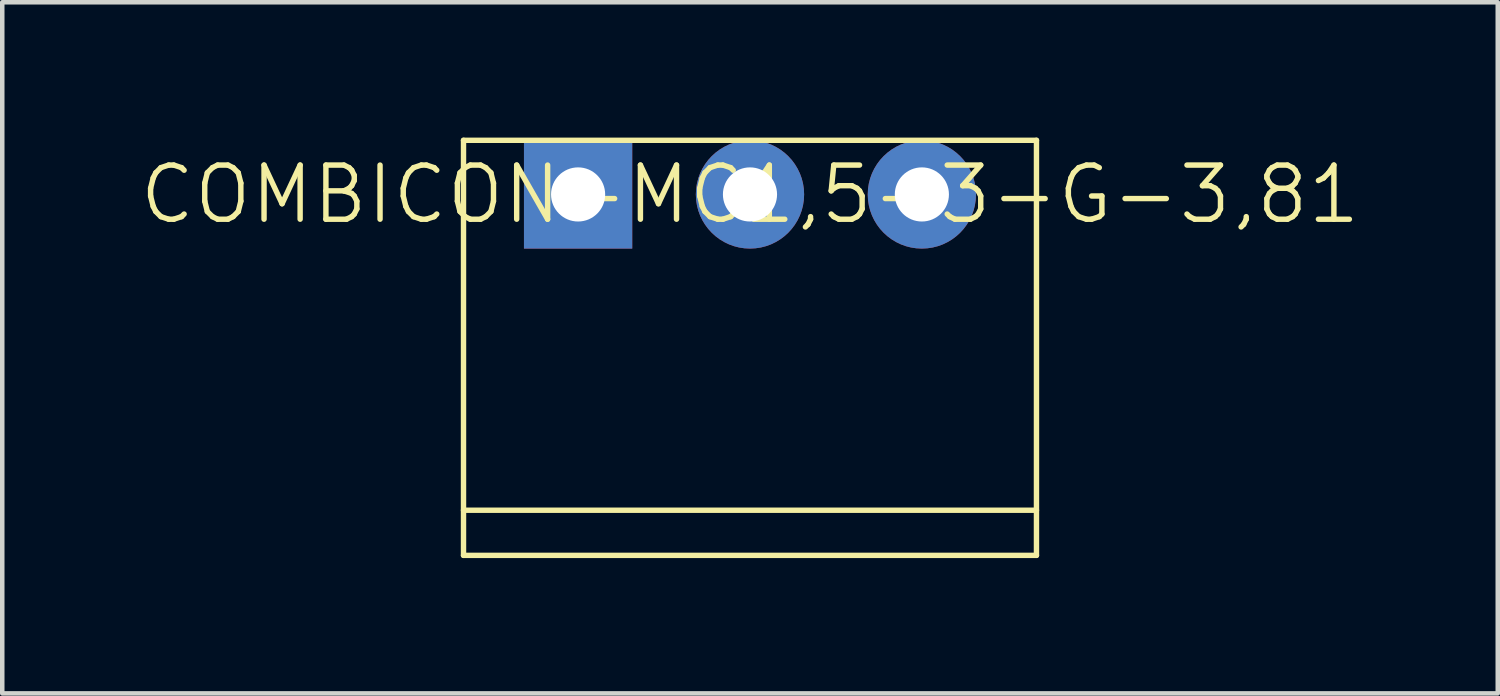
<source format=kicad_pcb>
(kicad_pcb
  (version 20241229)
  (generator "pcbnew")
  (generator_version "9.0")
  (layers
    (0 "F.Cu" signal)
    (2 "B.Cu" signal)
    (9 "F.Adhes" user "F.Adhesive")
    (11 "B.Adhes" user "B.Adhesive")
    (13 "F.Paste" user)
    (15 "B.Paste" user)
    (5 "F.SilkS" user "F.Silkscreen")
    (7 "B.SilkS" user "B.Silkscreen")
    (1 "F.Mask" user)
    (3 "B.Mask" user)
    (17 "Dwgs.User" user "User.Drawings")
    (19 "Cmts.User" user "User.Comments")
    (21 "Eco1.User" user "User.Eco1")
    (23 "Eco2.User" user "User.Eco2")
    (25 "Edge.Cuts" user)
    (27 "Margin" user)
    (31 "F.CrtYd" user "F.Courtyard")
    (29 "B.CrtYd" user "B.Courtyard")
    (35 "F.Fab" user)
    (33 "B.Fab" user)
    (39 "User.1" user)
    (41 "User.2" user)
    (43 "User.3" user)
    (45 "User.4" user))
  (footprint "COMBICON-MC1,5-3-G-3,81"
    (layer "F.Cu")
    (at 13.574 1.26)
    (property "Reference" "COMBICON-MC1,5-3-G-3,81" (at 0 0 0) (layer "F.SilkS") (effects (font (size 1.2 1.2) (thickness 0.12))))
    (attr through_hole)
    (fp_line (start -6.35 -1.2) (end -6.35 8) (stroke (width 0.12) (type solid)) (layer "F.SilkS"))
    (fp_line (start -6.35 7) (end 6.35 7) (stroke (width 0.12) (type solid)) (layer "F.SilkS"))
    (fp_line (start -6.35 8) (end 6.35 8) (stroke (width 0.12) (type solid)) (layer "F.SilkS"))
    (fp_line (start 6.35 -1.2) (end -6.35 -1.2) (stroke (width 0.12) (type solid)) (layer "F.SilkS"))
    (fp_line (start 6.35 8) (end 6.35 -1.2) (stroke (width 0.12) (type solid)) (layer "F.SilkS"))
    (pad "1" thru_hole rect (at -3.81 0) (size 2.4 2.4) (drill 1.2) (layers "*.Cu" "*.Mask"))
    (pad "2" thru_hole circle (at 0 0) (size 2.4 2.4) (drill 1.2) (layers "*.Cu" "*.Mask"))
    (pad "3" thru_hole circle (at 3.81 0) (size 2.4 2.4) (drill 1.2) (layers "*.Cu" "*.Mask")))
  (gr_rect
    (start -3 -3)
    (end 30.149 12.32)
    (stroke (width 0.1) (type default))
    (fill no)
    (layer "Edge.Cuts")))
</source>
